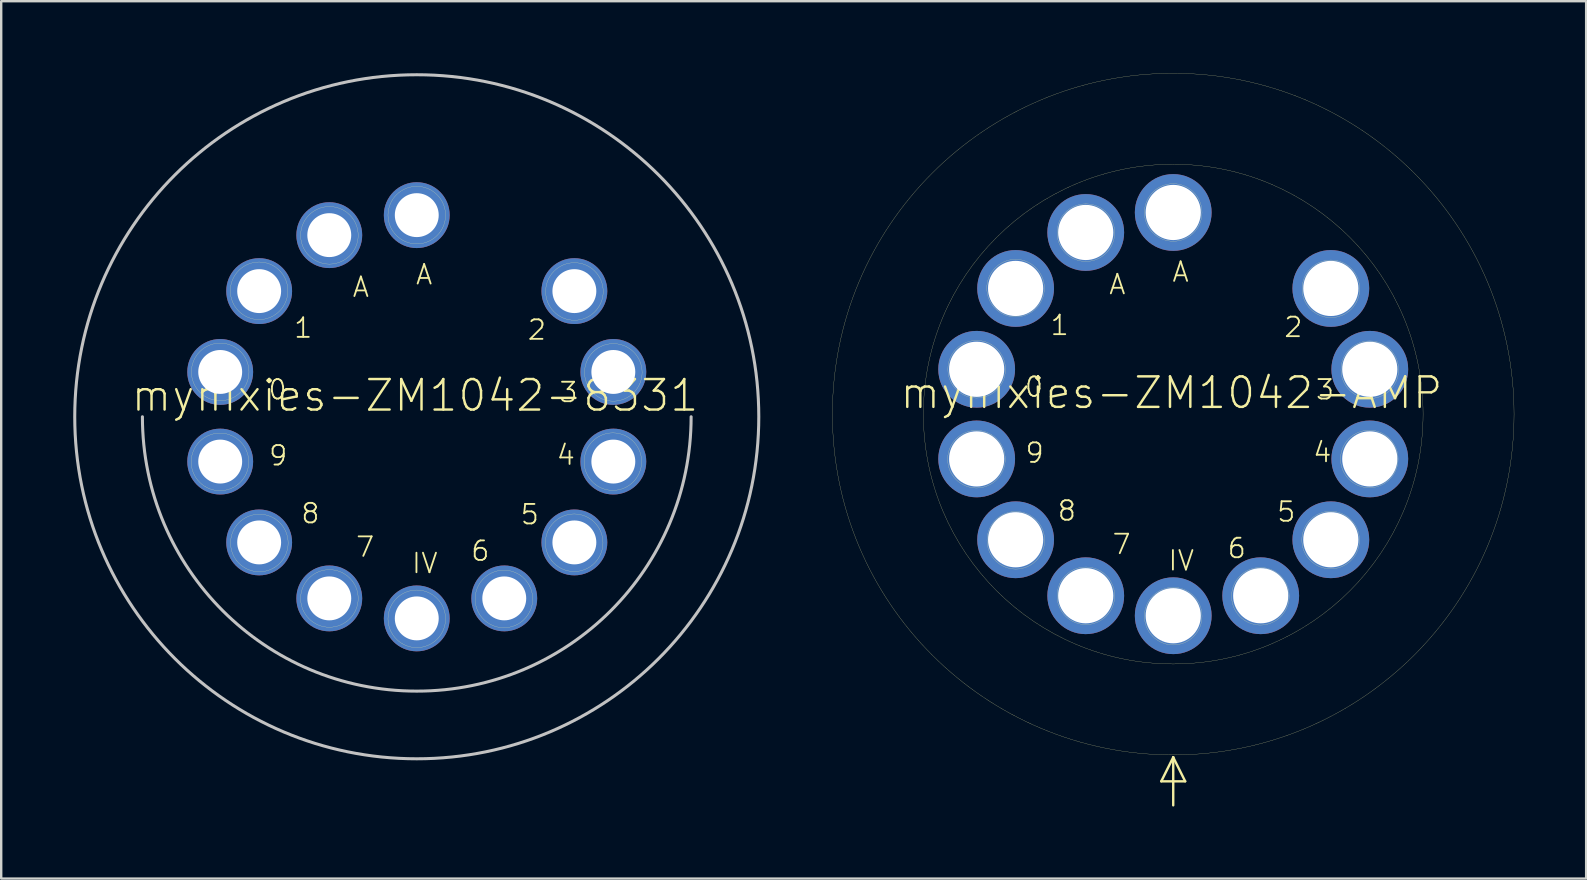
<source format=kicad_pcb>
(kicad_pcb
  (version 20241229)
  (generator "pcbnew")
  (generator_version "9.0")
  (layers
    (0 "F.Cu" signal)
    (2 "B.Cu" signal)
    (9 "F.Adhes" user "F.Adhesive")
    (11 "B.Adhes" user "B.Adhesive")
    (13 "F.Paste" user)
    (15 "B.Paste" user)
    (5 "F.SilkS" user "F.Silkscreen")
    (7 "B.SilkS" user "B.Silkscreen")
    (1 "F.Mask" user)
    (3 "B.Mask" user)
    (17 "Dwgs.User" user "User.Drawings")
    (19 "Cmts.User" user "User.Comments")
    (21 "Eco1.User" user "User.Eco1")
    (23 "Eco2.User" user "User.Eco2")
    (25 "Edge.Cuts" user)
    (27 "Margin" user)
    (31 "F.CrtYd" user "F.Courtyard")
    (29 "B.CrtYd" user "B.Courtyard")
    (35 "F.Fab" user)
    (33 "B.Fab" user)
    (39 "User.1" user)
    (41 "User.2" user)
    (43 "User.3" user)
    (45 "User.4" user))
  (footprint "mynixies-ZM1042-8331"
    (layer "F.Cu")
    (at 14.313 14.313)
    (property "Reference" "mynixies-ZM1042-8331" (at -0.074 -0.884 0) (layer "F.SilkS") (effects (font (size 1.27 1.27) (thickness 0.102))))
    (attr exclude_from_pos_files exclude_from_bom)
    (fp_circle (center -8.199 1.88) (end -8.199 0.681) (stroke (width 0.008) (type solid)) (fill no) (layer "F.SilkS"))
    (fp_circle (center -8.189 -1.869) (end -8.189 -3.068) (stroke (width 0.008) (type solid)) (fill no) (layer "F.SilkS"))
    (fp_circle (center -6.568 -5.248) (end -6.568 -6.447) (stroke (width 0.008) (type solid)) (fill no) (layer "F.SilkS"))
    (fp_circle (center -6.558 5.258) (end -6.558 4.059) (stroke (width 0.008) (type solid)) (fill no) (layer "F.SilkS"))
    (fp_circle (center -3.64 -7.559) (end -3.64 -8.758) (stroke (width 0.008) (type solid)) (fill no) (layer "F.SilkS"))
    (fp_circle (center -3.64 7.569) (end -3.64 6.37) (stroke (width 0.008) (type solid)) (fill no) (layer "F.SilkS"))
    (fp_circle (center 0 -8.4) (end 0 -9.599) (stroke (width 0.008) (type solid)) (fill no) (layer "F.SilkS"))
    (fp_circle (center 0 8.418) (end 0 7.219) (stroke (width 0.008) (type solid)) (fill no) (layer "F.SilkS"))
    (fp_circle (center 3.63 7.59) (end 3.63 6.391) (stroke (width 0.008) (type solid)) (fill no) (layer "F.SilkS"))
    (fp_circle (center 6.558 5.248) (end 6.558 4.049) (stroke (width 0.008) (type solid)) (fill no) (layer "F.SilkS"))
    (fp_circle (center 6.568 -5.22) (end 6.568 -6.419) (stroke (width 0.008) (type solid)) (fill no) (layer "F.SilkS"))
    (fp_circle (center 8.169 1.869) (end 8.169 0.671) (stroke (width 0.008) (type solid)) (fill no) (layer "F.SilkS"))
    (fp_circle (center 8.189 -1.849) (end 8.189 -3.048) (stroke (width 0.008) (type solid)) (fill no) (layer "F.SilkS"))
    (fp_arc (start 11.43 0) (mid 0 11.43) (end -11.43 0) (stroke (width 0.127) (type solid)) (layer "Dwgs.User"))
    (fp_circle (center 0 0) (end 0 -14.249) (stroke (width 0.127) (type solid)) (fill no) (layer "Dwgs.User"))
    (fp_text user "9" (at -5.773 1.618 0) (layer "F.SilkS") (effects (font (size 0.813 0.813) (thickness 0.076))))
    (fp_text user "3" (at 6.322 -1.019 0) (layer "F.SilkS") (effects (font (size 0.813 0.813) (thickness 0.076))))
    (fp_text user "4" (at 6.21 1.593 0) (layer "F.SilkS") (effects (font (size 0.813 0.813) (thickness 0.076))))
    (fp_text user "1" (at -4.732 -3.701 0) (layer "F.SilkS") (effects (font (size 0.813 0.813) (thickness 0.076))))
    (fp_text user "A" (at 0.307 -5.923 0) (layer "F.SilkS") (effects (font (size 0.813 0.813) (thickness 0.076))))
    (fp_text user "0" (at -5.801 -1.13 0) (layer "F.SilkS") (effects (font (size 0.813 0.813) (thickness 0.076))))
    (fp_text user "2" (at 5.004 -3.619 0) (layer "F.SilkS") (effects (font (size 0.813 0.813) (thickness 0.076))))
    (fp_text user "5" (at 4.709 4.072 0) (layer "F.SilkS") (effects (font (size 0.813 0.813) (thickness 0.076))))
    (fp_text user "8" (at -4.432 4.028 0) (layer "F.SilkS") (effects (font (size 0.813 0.813) (thickness 0.076))))
    (fp_text user "IV" (at 0.335 6.104 0) (layer "F.SilkS") (effects (font (size 0.813 0.813) (thickness 0.076))))
    (fp_text user "6" (at 2.647 5.591 0) (layer "F.SilkS") (effects (font (size 0.813 0.813) (thickness 0.076))))
    (fp_text user "7" (at -2.151 5.423 0) (layer "F.SilkS") (effects (font (size 0.813 0.813) (thickness 0.076))))
    (fp_text user "A" (at -2.329 -5.403 0) (layer "F.SilkS") (effects (font (size 0.813 0.813) (thickness 0.076))))
    (pad "0" thru_hole circle (at -8.189 -1.867) (size 2.743 2.743) (drill 1.829) (layers "*.Cu" "*.Mask"))
    (pad "1" thru_hole circle (at -6.566 -5.235) (size 2.743 2.743) (drill 1.829) (layers "*.Cu" "*.Mask"))
    (pad "2" thru_hole circle (at 6.566 -5.235) (size 2.743 2.743) (drill 1.829) (layers "*.Cu" "*.Mask"))
    (pad "3" thru_hole circle (at 8.189 -1.867) (size 2.743 2.743) (drill 1.829) (layers "*.Cu" "*.Mask"))
    (pad "4" thru_hole circle (at 8.189 1.867) (size 2.743 2.743) (drill 1.829) (layers "*.Cu" "*.Mask"))
    (pad "5" thru_hole circle (at 6.566 5.235) (size 2.743 2.743) (drill 1.829) (layers "*.Cu" "*.Mask"))
    (pad "6" thru_hole circle (at 3.645 7.567) (size 2.743 2.743) (drill 1.829) (layers "*.Cu" "*.Mask"))
    (pad "7" thru_hole circle (at -3.645 7.567) (size 2.743 2.743) (drill 1.829) (layers "*.Cu" "*.Mask"))
    (pad "8" thru_hole circle (at -6.566 5.235) (size 2.743 2.743) (drill 1.829) (layers "*.Cu" "*.Mask"))
    (pad "9" thru_hole circle (at -8.189 1.867) (size 2.743 2.743) (drill 1.829) (layers "*.Cu" "*.Mask"))
    (pad "A" thru_hole circle (at 0 -8.4) (size 2.743 2.743) (drill 1.829) (layers "*.Cu" "*.Mask"))
    (pad "A1" thru_hole circle (at -3.645 -7.567) (size 2.743 2.743) (drill 1.829) (layers "*.Cu" "*.Mask"))
    (pad "IV" thru_hole circle (at 0 8.4) (size 2.743 2.743) (drill 1.829) (layers "*.Cu" "*.Mask")))
  (footprint "mynixies-ZM1042-AMP"
    (layer "F.Cu")
    (at 45.828 14.202)
    (property "Reference" "mynixies-ZM1042-AMP" (at -0.074 -0.884 0) (layer "F.SilkS") (effects (font (size 1.27 1.27) (thickness 0.102))))
    (attr exclude_from_pos_files exclude_from_bom)
    (fp_line (start -0.498 15.298) (end 0.498 15.298) (stroke (width 0.1) (type solid)) (layer "F.SilkS"))
    (fp_line (start 0 14.298) (end -0.498 15.298) (stroke (width 0.1) (type solid)) (layer "F.SilkS"))
    (fp_line (start 0 14.298) (end 0 16.299) (stroke (width 0.1) (type solid)) (layer "F.SilkS"))
    (fp_line (start 0.498 15.298) (end 0 14.298) (stroke (width 0.1) (type solid)) (layer "F.SilkS"))
    (fp_circle (center -8.199 1.88) (end -8.199 0.681) (stroke (width 0.008) (type solid)) (fill no) (layer "F.SilkS"))
    (fp_circle (center -8.189 -1.869) (end -8.189 -3.068) (stroke (width 0.008) (type solid)) (fill no) (layer "F.SilkS"))
    (fp_circle (center -6.568 -5.248) (end -6.568 -6.447) (stroke (width 0.008) (type solid)) (fill no) (layer "F.SilkS"))
    (fp_circle (center -6.558 5.258) (end -6.558 4.059) (stroke (width 0.008) (type solid)) (fill no) (layer "F.SilkS"))
    (fp_circle (center -3.64 -7.559) (end -3.64 -8.758) (stroke (width 0.008) (type solid)) (fill no) (layer "F.SilkS"))
    (fp_circle (center -3.64 7.569) (end -3.64 6.37) (stroke (width 0.008) (type solid)) (fill no) (layer "F.SilkS"))
    (fp_circle (center 0 -8.4) (end 0 -9.599) (stroke (width 0.008) (type solid)) (fill no) (layer "F.SilkS"))
    (fp_circle (center 0 0) (end 0 -14.199) (stroke (width 0.008) (type solid)) (fill no) (layer "F.SilkS"))
    (fp_circle (center 0 0) (end 0 -10.409) (stroke (width 0.008) (type solid)) (fill no) (layer "F.SilkS"))
    (fp_circle (center 0 8.418) (end 0 7.219) (stroke (width 0.008) (type solid)) (fill no) (layer "F.SilkS"))
    (fp_circle (center 3.63 7.59) (end 3.63 6.391) (stroke (width 0.008) (type solid)) (fill no) (layer "F.SilkS"))
    (fp_circle (center 6.558 5.248) (end 6.558 4.049) (stroke (width 0.008) (type solid)) (fill no) (layer "F.SilkS"))
    (fp_circle (center 6.568 -5.22) (end 6.568 -6.419) (stroke (width 0.008) (type solid)) (fill no) (layer "F.SilkS"))
    (fp_circle (center 8.169 1.869) (end 8.169 0.671) (stroke (width 0.008) (type solid)) (fill no) (layer "F.SilkS"))
    (fp_circle (center 8.189 -1.849) (end 8.189 -3.048) (stroke (width 0.008) (type solid)) (fill no) (layer "F.SilkS"))
    (fp_text user "8" (at -4.432 4.028 0) (layer "F.SilkS") (effects (font (size 0.813 0.813) (thickness 0.076))))
    (fp_text user "5" (at 4.709 4.072 0) (layer "F.SilkS") (effects (font (size 0.813 0.813) (thickness 0.076))))
    (fp_text user "4" (at 6.21 1.593 0) (layer "F.SilkS") (effects (font (size 0.813 0.813) (thickness 0.076))))
    (fp_text user "A" (at -2.329 -5.403 0) (layer "F.SilkS") (effects (font (size 0.813 0.813) (thickness 0.076))))
    (fp_text user "6" (at 2.647 5.591 0) (layer "F.SilkS") (effects (font (size 0.813 0.813) (thickness 0.076))))
    (fp_text user "3" (at 6.322 -1.019 0) (layer "F.SilkS") (effects (font (size 0.813 0.813) (thickness 0.076))))
    (fp_text user "2" (at 5.004 -3.619 0) (layer "F.SilkS") (effects (font (size 0.813 0.813) (thickness 0.076))))
    (fp_text user "A" (at 0.307 -5.923 0) (layer "F.SilkS") (effects (font (size 0.813 0.813) (thickness 0.076))))
    (fp_text user "9" (at -5.773 1.618 0) (layer "F.SilkS") (effects (font (size 0.813 0.813) (thickness 0.076))))
    (fp_text user "1" (at -4.732 -3.703 0) (layer "F.SilkS") (effects (font (size 0.813 0.813) (thickness 0.076))))
    (fp_text user "7" (at -2.151 5.423 0) (layer "F.SilkS") (effects (font (size 0.813 0.813) (thickness 0.076))))
    (fp_text user "IV" (at 0.335 6.104 0) (layer "F.SilkS") (effects (font (size 0.813 0.813) (thickness 0.076))))
    (fp_text user "0" (at -5.801 -1.13 0) (layer "F.SilkS") (effects (font (size 0.813 0.813) (thickness 0.076))))
    (pad "0" thru_hole circle (at -8.189 -1.867) (size 3.198 3.198) (drill 2.299) (layers "*.Cu" "*.Mask"))
    (pad "1" thru_hole circle (at -6.566 -5.235) (size 3.198 3.198) (drill 2.299) (layers "*.Cu" "*.Mask"))
    (pad "2" thru_hole circle (at 6.566 -5.235) (size 3.198 3.198) (drill 2.299) (layers "*.Cu" "*.Mask"))
    (pad "3" thru_hole circle (at 8.189 -1.867) (size 3.198 3.198) (drill 2.299) (layers "*.Cu" "*.Mask"))
    (pad "4" thru_hole circle (at 8.189 1.867) (size 3.198 3.198) (drill 2.299) (layers "*.Cu" "*.Mask"))
    (pad "5" thru_hole circle (at 6.566 5.235) (size 3.198 3.198) (drill 2.299) (layers "*.Cu" "*.Mask"))
    (pad "6" thru_hole circle (at 3.645 7.567) (size 3.198 3.198) (drill 2.299) (layers "*.Cu" "*.Mask"))
    (pad "7" thru_hole circle (at -3.645 7.567) (size 3.198 3.198) (drill 2.299) (layers "*.Cu" "*.Mask"))
    (pad "8" thru_hole circle (at -6.566 5.235) (size 3.198 3.198) (drill 2.299) (layers "*.Cu" "*.Mask"))
    (pad "9" thru_hole circle (at -8.189 1.867) (size 3.198 3.198) (drill 2.299) (layers "*.Cu" "*.Mask"))
    (pad "A" thru_hole circle (at 0 -8.4) (size 3.198 3.198) (drill 2.299) (layers "*.Cu" "*.Mask"))
    (pad "A1" thru_hole circle (at -3.645 -7.567) (size 3.198 3.198) (drill 2.299) (layers "*.Cu" "*.Mask"))
    (pad "IV" thru_hole circle (at 0 8.4) (size 3.198 3.198) (drill 2.299) (layers "*.Cu" "*.Mask")))
  (gr_rect
    (start -3 -3)
    (end 63.031 33.552)
    (stroke (width 0.1) (type default))
    (fill no)
    (layer "Edge.Cuts")))
</source>
